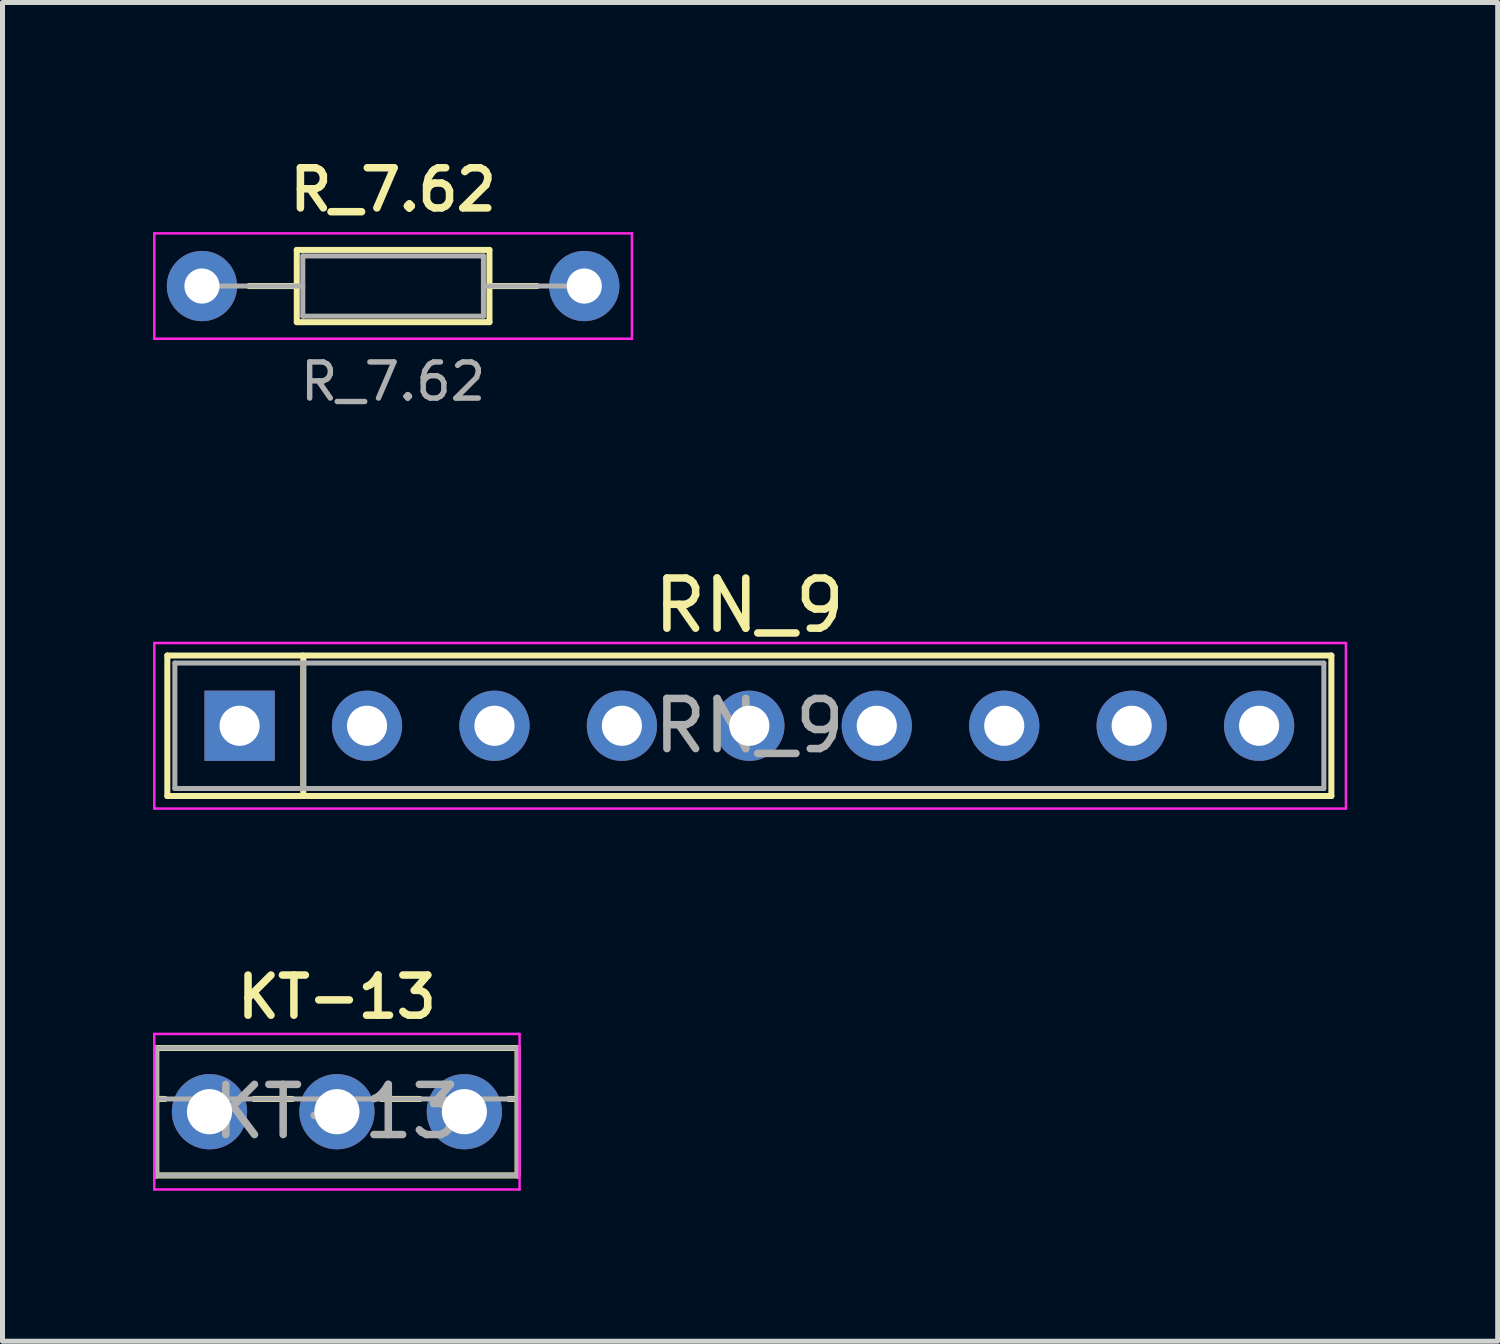
<source format=kicad_pcb>
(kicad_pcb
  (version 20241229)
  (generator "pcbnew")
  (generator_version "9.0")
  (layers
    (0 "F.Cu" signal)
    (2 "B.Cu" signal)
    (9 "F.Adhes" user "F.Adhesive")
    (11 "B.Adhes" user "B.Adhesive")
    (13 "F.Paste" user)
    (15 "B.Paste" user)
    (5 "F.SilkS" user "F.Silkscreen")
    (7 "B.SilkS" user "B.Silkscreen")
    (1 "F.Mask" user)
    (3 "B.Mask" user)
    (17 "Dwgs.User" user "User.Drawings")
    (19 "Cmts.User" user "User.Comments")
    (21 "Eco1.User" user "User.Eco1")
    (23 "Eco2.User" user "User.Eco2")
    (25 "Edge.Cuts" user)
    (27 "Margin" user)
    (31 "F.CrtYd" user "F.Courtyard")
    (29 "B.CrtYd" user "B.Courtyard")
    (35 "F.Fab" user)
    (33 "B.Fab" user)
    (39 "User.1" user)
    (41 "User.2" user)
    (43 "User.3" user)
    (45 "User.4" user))
  (footprint "RN_9"
    (layer "F.Cu")
    (at 1.725 11.415)
    (property "Reference" "RN_9" (at 10.16 -2.4 0) (layer "F.SilkS") (effects (font (size 1 1) (thickness 0.15))))
    (attr through_hole)
    (fp_line (start -1.44 -1.4) (end -1.44 1.4) (stroke (width 0.12) (type solid)) (layer "F.SilkS"))
    (fp_line (start -1.44 1.4) (end 21.76 1.4) (stroke (width 0.12) (type solid)) (layer "F.SilkS"))
    (fp_line (start 1.27 -1.4) (end 1.27 1.4) (stroke (width 0.12) (type solid)) (layer "F.SilkS"))
    (fp_line (start 21.76 -1.4) (end -1.44 -1.4) (stroke (width 0.12) (type solid)) (layer "F.SilkS"))
    (fp_line (start 21.76 1.4) (end 21.76 -1.4) (stroke (width 0.12) (type solid)) (layer "F.SilkS"))
    (fp_line (start -1.7 -1.65) (end -1.7 1.65) (stroke (width 0.05) (type solid)) (layer "F.CrtYd"))
    (fp_line (start -1.7 1.65) (end 22.05 1.65) (stroke (width 0.05) (type solid)) (layer "F.CrtYd"))
    (fp_line (start 22.05 -1.65) (end -1.7 -1.65) (stroke (width 0.05) (type solid)) (layer "F.CrtYd"))
    (fp_line (start 22.05 1.65) (end 22.05 -1.65) (stroke (width 0.05) (type solid)) (layer "F.CrtYd"))
    (fp_line (start -1.29 -1.25) (end -1.29 1.25) (stroke (width 0.1) (type solid)) (layer "F.Fab"))
    (fp_line (start -1.29 1.25) (end 21.61 1.25) (stroke (width 0.1) (type solid)) (layer "F.Fab"))
    (fp_line (start 1.27 -1.25) (end 1.27 1.25) (stroke (width 0.1) (type solid)) (layer "F.Fab"))
    (fp_line (start 21.61 -1.25) (end -1.29 -1.25) (stroke (width 0.1) (type solid)) (layer "F.Fab"))
    (fp_line (start 21.61 1.25) (end 21.61 -1.25) (stroke (width 0.1) (type solid)) (layer "F.Fab"))
    (fp_text user "${REFERENCE}" (at 10.16 0 0) (layer "F.Fab") (effects (font (size 1 1) (thickness 0.15))))
    (pad "1" thru_hole rect (at 0 0) (size 1.4 1.4) (drill 0.8) (layers "*.Cu" "*.Mask"))
    (pad "2" thru_hole circle (at 2.54 0) (size 1.4 1.4) (drill 0.8) (layers "*.Cu" "*.Mask"))
    (pad "3" thru_hole circle (at 5.08 0) (size 1.4 1.4) (drill 0.8) (layers "*.Cu" "*.Mask"))
    (pad "4" thru_hole circle (at 7.62 0) (size 1.4 1.4) (drill 0.8) (layers "*.Cu" "*.Mask"))
    (pad "5" thru_hole circle (at 10.16 0) (size 1.4 1.4) (drill 0.8) (layers "*.Cu" "*.Mask"))
    (pad "6" thru_hole circle (at 12.7 0) (size 1.4 1.4) (drill 0.8) (layers "*.Cu" "*.Mask"))
    (pad "7" thru_hole circle (at 15.24 0) (size 1.4 1.4) (drill 0.8) (layers "*.Cu" "*.Mask"))
    (pad "8" thru_hole circle (at 17.78 0) (size 1.4 1.4) (drill 0.8) (layers "*.Cu" "*.Mask"))
    (pad "9" thru_hole circle (at 20.32 0) (size 1.4 1.4) (drill 0.8) (layers "*.Cu" "*.Mask")))
  (footprint "КТ-13"
    (layer "F.Cu")
    (at 1.125 19.107)
    (property "Reference" "КТ-13" (at 2.54 -2.286 0) (layer "F.SilkS") (effects (font (size 0.8 0.8) (thickness 0.15))))
    (attr through_hole)
    (fp_line (start -1.06 -0.254) (end -0.889 -0.254) (stroke (width 0.12) (type solid)) (layer "F.SilkS"))
    (fp_line (start -1.06 1.27) (end -1.06 -1.27) (stroke (width 0.12) (type solid)) (layer "F.SilkS"))
    (fp_line (start -1.06 1.27) (end 6.14 1.27) (stroke (width 0.12) (type solid)) (layer "F.SilkS"))
    (fp_line (start 0.889 -0.254) (end 1.651 -0.254) (stroke (width 0.12) (type solid)) (layer "F.SilkS"))
    (fp_line (start 3.429 -0.254) (end 4.191 -0.254) (stroke (width 0.12) (type solid)) (layer "F.SilkS"))
    (fp_line (start 5.969 -0.254) (end 6.14 -0.254) (stroke (width 0.12) (type solid)) (layer "F.SilkS"))
    (fp_line (start 6.14 -1.27) (end -1.06 -1.27) (stroke (width 0.12) (type solid)) (layer "F.SilkS"))
    (fp_line (start 6.14 1.27) (end 6.14 -1.27) (stroke (width 0.12) (type solid)) (layer "F.SilkS"))
    (fp_line (start -1.1 -1.55) (end -1.1 1.55) (stroke (width 0.05) (type solid)) (layer "F.CrtYd"))
    (fp_line (start -1.1 -1.55) (end 6.18 -1.55) (stroke (width 0.05) (type solid)) (layer "F.CrtYd"))
    (fp_line (start 6.18 -1.55) (end 6.18 1.55) (stroke (width 0.05) (type solid)) (layer "F.CrtYd"))
    (fp_line (start 6.18 1.55) (end -1.1 1.55) (stroke (width 0.05) (type solid)) (layer "F.CrtYd"))
    (fp_line (start -1.06 -1.27) (end 6.14 -1.27) (stroke (width 0.1) (type solid)) (layer "F.Fab"))
    (fp_line (start -1.06 -0.254) (end 6.14 -0.254) (stroke (width 0.1) (type solid)) (layer "F.Fab"))
    (fp_line (start -1.06 1.27) (end -1.06 -1.27) (stroke (width 0.1) (type solid)) (layer "F.Fab"))
    (fp_line (start -1.06 1.27) (end 6.14 1.27) (stroke (width 0.1) (type solid)) (layer "F.Fab"))
    (fp_line (start 6.14 1.27) (end 6.14 -1.27) (stroke (width 0.1) (type solid)) (layer "F.Fab"))
    (fp_text user "${REFERENCE}" (at 2.54 0 0) (layer "F.Fab") (effects (font (size 1 1) (thickness 0.15))))
    (pad "1" thru_hole circle (at 0 0) (size 1.5 1.5) (drill 0.9) (layers "*.Cu" "*.Mask"))
    (pad "2" thru_hole circle (at 2.54 0) (size 1.5 1.5) (drill 0.9) (layers "*.Cu" "*.Mask"))
    (pad "3" thru_hole circle (at 5.08 0) (size 1.5 1.5) (drill 0.9) (layers "*.Cu" "*.Mask")))
  (footprint "R_7.62"
    (layer "F.Cu")
    (at 0.975 2.651)
    (property "Reference" "R_7.62" (at 3.81 -1.92 0) (layer "F.SilkS") (effects (font (size 0.8 0.8) (thickness 0.15))))
    (attr through_hole)
    (fp_line (start 0.94 0) (end 1.89 0) (stroke (width 0.12) (type solid)) (layer "F.SilkS"))
    (fp_line (start 1.89 -0.72) (end 1.89 0.72) (stroke (width 0.12) (type solid)) (layer "F.SilkS"))
    (fp_line (start 1.89 0.72) (end 5.73 0.72) (stroke (width 0.12) (type solid)) (layer "F.SilkS"))
    (fp_line (start 5.73 -0.72) (end 1.89 -0.72) (stroke (width 0.12) (type solid)) (layer "F.SilkS"))
    (fp_line (start 5.73 0.72) (end 5.73 -0.72) (stroke (width 0.12) (type solid)) (layer "F.SilkS"))
    (fp_line (start 6.68 0) (end 5.73 0) (stroke (width 0.12) (type solid)) (layer "F.SilkS"))
    (fp_line (start -0.95 -1.05) (end -0.95 1.05) (stroke (width 0.05) (type solid)) (layer "F.CrtYd"))
    (fp_line (start -0.95 1.05) (end 8.57 1.05) (stroke (width 0.05) (type solid)) (layer "F.CrtYd"))
    (fp_line (start 8.57 -1.05) (end -0.95 -1.05) (stroke (width 0.05) (type solid)) (layer "F.CrtYd"))
    (fp_line (start 8.57 1.05) (end 8.57 -1.05) (stroke (width 0.05) (type solid)) (layer "F.CrtYd"))
    (fp_line (start 0 0) (end 2.01 0) (stroke (width 0.1) (type solid)) (layer "F.Fab"))
    (fp_line (start 2.01 -0.6) (end 2.01 0.6) (stroke (width 0.1) (type solid)) (layer "F.Fab"))
    (fp_line (start 2.01 0.6) (end 5.61 0.6) (stroke (width 0.1) (type solid)) (layer "F.Fab"))
    (fp_line (start 5.61 -0.6) (end 2.01 -0.6) (stroke (width 0.1) (type solid)) (layer "F.Fab"))
    (fp_line (start 5.61 0.6) (end 5.61 -0.6) (stroke (width 0.1) (type solid)) (layer "F.Fab"))
    (fp_line (start 7.62 0) (end 5.61 0) (stroke (width 0.1) (type solid)) (layer "F.Fab"))
    (fp_text user "${REFERENCE}" (at 3.81 1.905 0) (layer "F.Fab") (effects (font (size 0.72 0.72) (thickness 0.108))))
    (pad "1" thru_hole circle (at 0 0) (size 1.4 1.4) (drill 0.7) (layers "*.Cu" "*.Mask"))
    (pad "2" thru_hole oval (at 7.62 0) (size 1.4 1.4) (drill 0.7) (layers "*.Cu" "*.Mask")))
  (gr_rect
    (start -3 -3)
    (end 26.8 23.682)
    (stroke (width 0.1) (type default))
    (fill no)
    (layer "Edge.Cuts")))
</source>
